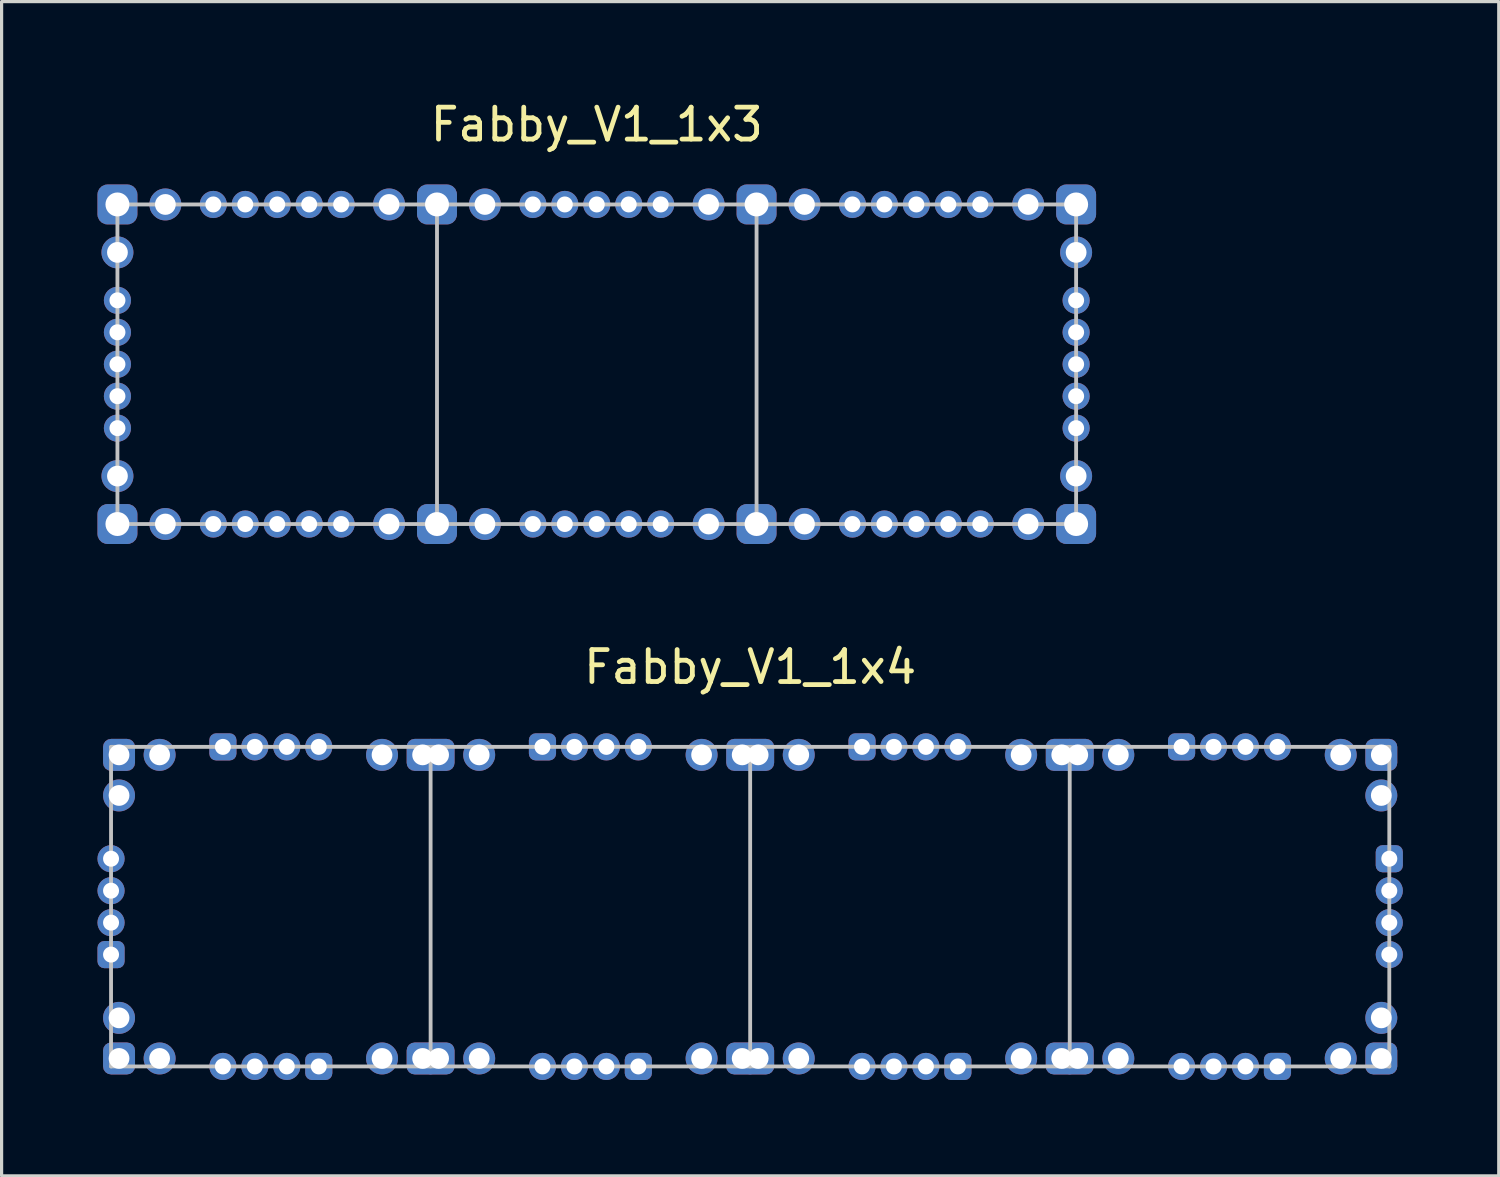
<source format=kicad_pcb>
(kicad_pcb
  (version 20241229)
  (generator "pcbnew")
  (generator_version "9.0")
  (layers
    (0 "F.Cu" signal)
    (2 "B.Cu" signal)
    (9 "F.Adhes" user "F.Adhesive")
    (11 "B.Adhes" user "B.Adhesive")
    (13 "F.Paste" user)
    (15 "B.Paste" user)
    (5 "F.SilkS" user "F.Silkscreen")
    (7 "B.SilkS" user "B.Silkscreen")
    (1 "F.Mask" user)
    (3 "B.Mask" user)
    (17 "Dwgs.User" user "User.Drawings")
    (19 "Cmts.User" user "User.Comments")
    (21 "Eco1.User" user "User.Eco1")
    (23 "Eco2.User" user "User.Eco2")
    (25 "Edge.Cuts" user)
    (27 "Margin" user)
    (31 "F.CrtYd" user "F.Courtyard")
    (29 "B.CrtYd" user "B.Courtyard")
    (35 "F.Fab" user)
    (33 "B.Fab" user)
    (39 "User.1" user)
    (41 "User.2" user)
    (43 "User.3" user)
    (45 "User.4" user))
  (footprint "Fabby_V1_1x4"
    (layer "F.Cu")
    (at 20.425 25.322)
    (property "Reference" "Fabby_V1_1x4" (at 0 -7.5 0) (layer "F.SilkS") (effects (font (size 1 1) (thickness 0.15))))
    (attr through_hole)
    (fp_line (start -20 -5) (end 20 -5) (stroke (width 0.12) (type solid)) (layer "Dwgs.User"))
    (fp_line (start -20 5) (end -20 -5) (stroke (width 0.12) (type solid)) (layer "Dwgs.User"))
    (fp_line (start -20 5) (end 20 5) (stroke (width 0.12) (type solid)) (layer "Dwgs.User"))
    (fp_line (start -10 5) (end -10 -5) (stroke (width 0.12) (type solid)) (layer "Dwgs.User"))
    (fp_line (start 0 -5) (end 0 5) (stroke (width 0.12) (type solid)) (layer "Dwgs.User"))
    (fp_line (start 10 5) (end 10 -5) (stroke (width 0.12) (type solid)) (layer "Dwgs.User"))
    (fp_line (start 20 -5) (end 20 5) (stroke (width 0.12) (type solid)) (layer "Dwgs.User"))
    (pad "1" thru_hole roundrect (at -20 1.5 180) (size 0.85 0.85) (drill 0.5) (layers "*.Cu" "*.Mask") (roundrect_rratio 0.25))
    (pad "1" thru_hole roundrect (at -16.5 -5 90) (size 0.85 0.85) (drill 0.5) (layers "*.Cu" "*.Mask") (roundrect_rratio 0.25))
    (pad "1" thru_hole roundrect (at -13.5 5 270) (size 0.85 0.85) (drill 0.5) (layers "*.Cu" "*.Mask") (roundrect_rratio 0.25))
    (pad "1" thru_hole roundrect (at -6.5 -5 90) (size 0.85 0.85) (drill 0.5) (layers "*.Cu" "*.Mask") (roundrect_rratio 0.25))
    (pad "1" thru_hole roundrect (at -3.5 5 270) (size 0.85 0.85) (drill 0.5) (layers "*.Cu" "*.Mask") (roundrect_rratio 0.25))
    (pad "1" thru_hole roundrect (at 3.5 -5 90) (size 0.85 0.85) (drill 0.5) (layers "*.Cu" "*.Mask") (roundrect_rratio 0.25))
    (pad "1" thru_hole roundrect (at 6.5 5 270) (size 0.85 0.85) (drill 0.5) (layers "*.Cu" "*.Mask") (roundrect_rratio 0.25))
    (pad "1" thru_hole roundrect (at 13.5 -5 90) (size 0.85 0.85) (drill 0.5) (layers "*.Cu" "*.Mask") (roundrect_rratio 0.25))
    (pad "1" thru_hole roundrect (at 16.5 5 270) (size 0.85 0.85) (drill 0.5) (layers "*.Cu" "*.Mask") (roundrect_rratio 0.25))
    (pad "1" thru_hole roundrect (at 20 -1.5) (size 0.85 0.85) (drill 0.5) (layers "*.Cu" "*.Mask") (roundrect_rratio 0.25))
    (pad "2" thru_hole circle (at -20 0.5 180) (size 0.85 0.85) (drill 0.5) (layers "*.Cu" "*.Mask"))
    (pad "2" thru_hole circle (at -15.5 -5 90) (size 0.85 0.85) (drill 0.5) (layers "*.Cu" "*.Mask"))
    (pad "2" thru_hole circle (at -14.5 5 270) (size 0.85 0.85) (drill 0.5) (layers "*.Cu" "*.Mask"))
    (pad "2" thru_hole circle (at -5.5 -5 90) (size 0.85 0.85) (drill 0.5) (layers "*.Cu" "*.Mask"))
    (pad "2" thru_hole circle (at -4.5 5 270) (size 0.85 0.85) (drill 0.5) (layers "*.Cu" "*.Mask"))
    (pad "2" thru_hole circle (at 4.5 -5 90) (size 0.85 0.85) (drill 0.5) (layers "*.Cu" "*.Mask"))
    (pad "2" thru_hole circle (at 5.5 5 270) (size 0.85 0.85) (drill 0.5) (layers "*.Cu" "*.Mask"))
    (pad "2" thru_hole circle (at 14.5 -5 90) (size 0.85 0.85) (drill 0.5) (layers "*.Cu" "*.Mask"))
    (pad "2" thru_hole circle (at 15.5 5 270) (size 0.85 0.85) (drill 0.5) (layers "*.Cu" "*.Mask"))
    (pad "2" thru_hole circle (at 20 -0.5) (size 0.85 0.85) (drill 0.5) (layers "*.Cu" "*.Mask"))
    (pad "3" thru_hole circle (at -20 -0.5 180) (size 0.85 0.85) (drill 0.5) (layers "*.Cu" "*.Mask"))
    (pad "3" thru_hole circle (at -15.5 5 270) (size 0.85 0.85) (drill 0.5) (layers "*.Cu" "*.Mask"))
    (pad "3" thru_hole circle (at -14.5 -5 90) (size 0.85 0.85) (drill 0.5) (layers "*.Cu" "*.Mask"))
    (pad "3" thru_hole circle (at -5.5 5 270) (size 0.85 0.85) (drill 0.5) (layers "*.Cu" "*.Mask"))
    (pad "3" thru_hole circle (at -4.5 -5 90) (size 0.85 0.85) (drill 0.5) (layers "*.Cu" "*.Mask"))
    (pad "3" thru_hole circle (at 4.5 5 270) (size 0.85 0.85) (drill 0.5) (layers "*.Cu" "*.Mask"))
    (pad "3" thru_hole circle (at 5.5 -5 90) (size 0.85 0.85) (drill 0.5) (layers "*.Cu" "*.Mask"))
    (pad "3" thru_hole circle (at 14.5 5 270) (size 0.85 0.85) (drill 0.5) (layers "*.Cu" "*.Mask"))
    (pad "3" thru_hole circle (at 15.5 -5 90) (size 0.85 0.85) (drill 0.5) (layers "*.Cu" "*.Mask"))
    (pad "3" thru_hole circle (at 20 0.5) (size 0.85 0.85) (drill 0.5) (layers "*.Cu" "*.Mask"))
    (pad "4" thru_hole circle (at -20 -1.5 180) (size 0.85 0.85) (drill 0.5) (layers "*.Cu" "*.Mask"))
    (pad "4" thru_hole circle (at -16.5 5 270) (size 0.85 0.85) (drill 0.5) (layers "*.Cu" "*.Mask"))
    (pad "4" thru_hole circle (at -13.5 -5 90) (size 0.85 0.85) (drill 0.5) (layers "*.Cu" "*.Mask"))
    (pad "4" thru_hole circle (at -6.5 5 270) (size 0.85 0.85) (drill 0.5) (layers "*.Cu" "*.Mask"))
    (pad "4" thru_hole circle (at -3.5 -5 90) (size 0.85 0.85) (drill 0.5) (layers "*.Cu" "*.Mask"))
    (pad "4" thru_hole circle (at 3.5 5 270) (size 0.85 0.85) (drill 0.5) (layers "*.Cu" "*.Mask"))
    (pad "4" thru_hole circle (at 6.5 -5 90) (size 0.85 0.85) (drill 0.5) (layers "*.Cu" "*.Mask"))
    (pad "4" thru_hole circle (at 13.5 5 270) (size 0.85 0.85) (drill 0.5) (layers "*.Cu" "*.Mask"))
    (pad "4" thru_hole circle (at 16.5 -5 90) (size 0.85 0.85) (drill 0.5) (layers "*.Cu" "*.Mask"))
    (pad "4" thru_hole circle (at 20 1.5) (size 0.85 0.85) (drill 0.5) (layers "*.Cu" "*.Mask"))
    (pad "GND" thru_hole roundrect (at -19.75 -4.75) (size 1 1) (drill 0.65) (layers "*.Cu" "*.Mask") (roundrect_rratio 0.25))
    (pad "GND" thru_hole roundrect (at -19.75 4.75 90) (size 1 1) (drill 0.65) (layers "*.Cu" "*.Mask") (roundrect_rratio 0.25))
    (pad "GND" thru_hole roundrect (at -10.25 -4.75 270) (size 1 1) (drill 0.65) (layers "*.Cu" "*.Mask") (roundrect_rratio 0.25))
    (pad "GND" thru_hole roundrect (at -10.25 4.75 180) (size 1 1) (drill 0.65) (layers "*.Cu" "*.Mask") (roundrect_rratio 0.25))
    (pad "GND" thru_hole roundrect (at -9.75 -4.75) (size 1 1) (drill 0.65) (layers "*.Cu" "*.Mask") (roundrect_rratio 0.25))
    (pad "GND" thru_hole roundrect (at -9.75 4.75 90) (size 1 1) (drill 0.65) (layers "*.Cu" "*.Mask") (roundrect_rratio 0.25))
    (pad "GND" thru_hole roundrect (at -0.25 -4.75 270) (size 1 1) (drill 0.65) (layers "*.Cu" "*.Mask") (roundrect_rratio 0.25))
    (pad "GND" thru_hole roundrect (at -0.25 4.75 180) (size 1 1) (drill 0.65) (layers "*.Cu" "*.Mask") (roundrect_rratio 0.25))
    (pad "GND" thru_hole roundrect (at 0.25 -4.75) (size 1 1) (drill 0.65) (layers "*.Cu" "*.Mask") (roundrect_rratio 0.25))
    (pad "GND" thru_hole roundrect (at 0.25 4.75 90) (size 1 1) (drill 0.65) (layers "*.Cu" "*.Mask") (roundrect_rratio 0.25))
    (pad "GND" thru_hole roundrect (at 9.75 -4.75 270) (size 1 1) (drill 0.65) (layers "*.Cu" "*.Mask") (roundrect_rratio 0.25))
    (pad "GND" thru_hole roundrect (at 9.75 4.75 180) (size 1 1) (drill 0.65) (layers "*.Cu" "*.Mask") (roundrect_rratio 0.25))
    (pad "GND" thru_hole roundrect (at 10.25 -4.75) (size 1 1) (drill 0.65) (layers "*.Cu" "*.Mask") (roundrect_rratio 0.25))
    (pad "GND" thru_hole roundrect (at 10.25 4.75 90) (size 1 1) (drill 0.65) (layers "*.Cu" "*.Mask") (roundrect_rratio 0.25))
    (pad "GND" thru_hole roundrect (at 19.75 -4.75 270) (size 1 1) (drill 0.65) (layers "*.Cu" "*.Mask") (roundrect_rratio 0.25))
    (pad "GND" thru_hole roundrect (at 19.75 4.75 180) (size 1 1) (drill 0.65) (layers "*.Cu" "*.Mask") (roundrect_rratio 0.25))
    (pad "VCC" thru_hole circle (at -19.75 -3.48) (size 1 1) (drill 0.65) (layers "*.Cu" "*.Mask"))
    (pad "VCC" thru_hole circle (at -19.75 3.48 90) (size 1 1) (drill 0.65) (layers "*.Cu" "*.Mask"))
    (pad "VCC" thru_hole circle (at -18.48 -4.75) (size 1 1) (drill 0.65) (layers "*.Cu" "*.Mask"))
    (pad "VCC" thru_hole circle (at -18.48 4.75 90) (size 1 1) (drill 0.65) (layers "*.Cu" "*.Mask"))
    (pad "VCC" thru_hole circle (at -11.52 -4.75 270) (size 1 1) (drill 0.65) (layers "*.Cu" "*.Mask"))
    (pad "VCC" thru_hole circle (at -11.52 4.75 180) (size 1 1) (drill 0.65) (layers "*.Cu" "*.Mask"))
    (pad "VCC" thru_hole circle (at -8.48 -4.75) (size 1 1) (drill 0.65) (layers "*.Cu" "*.Mask"))
    (pad "VCC" thru_hole circle (at -8.48 4.75 90) (size 1 1) (drill 0.65) (layers "*.Cu" "*.Mask"))
    (pad "VCC" thru_hole circle (at -1.52 -4.75 270) (size 1 1) (drill 0.65) (layers "*.Cu" "*.Mask"))
    (pad "VCC" thru_hole circle (at -1.52 4.75 180) (size 1 1) (drill 0.65) (layers "*.Cu" "*.Mask"))
    (pad "VCC" thru_hole circle (at 1.52 -4.75) (size 1 1) (drill 0.65) (layers "*.Cu" "*.Mask"))
    (pad "VCC" thru_hole circle (at 1.52 4.75 90) (size 1 1) (drill 0.65) (layers "*.Cu" "*.Mask"))
    (pad "VCC" thru_hole circle (at 8.48 -4.75 270) (size 1 1) (drill 0.65) (layers "*.Cu" "*.Mask"))
    (pad "VCC" thru_hole circle (at 8.48 4.75 180) (size 1 1) (drill 0.65) (layers "*.Cu" "*.Mask"))
    (pad "VCC" thru_hole circle (at 11.52 -4.75) (size 1 1) (drill 0.65) (layers "*.Cu" "*.Mask"))
    (pad "VCC" thru_hole circle (at 11.52 4.75 90) (size 1 1) (drill 0.65) (layers "*.Cu" "*.Mask"))
    (pad "VCC" thru_hole circle (at 18.48 -4.75 270) (size 1 1) (drill 0.65) (layers "*.Cu" "*.Mask"))
    (pad "VCC" thru_hole circle (at 18.48 4.75 180) (size 1 1) (drill 0.65) (layers "*.Cu" "*.Mask"))
    (pad "VCC" thru_hole circle (at 19.75 -3.48 270) (size 1 1) (drill 0.65) (layers "*.Cu" "*.Mask"))
    (pad "VCC" thru_hole circle (at 19.75 3.48 180) (size 1 1) (drill 0.65) (layers "*.Cu" "*.Mask")))
  (footprint "Fabby_V1_1x3"
    (layer "F.Cu")
    (at 15.625 8.348)
    (property "Reference" "Fabby_V1_1x3" (at 0 -7.5 0) (layer "F.SilkS") (effects (font (size 1 1) (thickness 0.15))))
    (attr through_hole)
    (fp_line (start -15 -5) (end 15 -5) (stroke (width 0.12) (type solid)) (layer "Dwgs.User"))
    (fp_line (start -15 5) (end -15 -5) (stroke (width 0.12) (type solid)) (layer "Dwgs.User"))
    (fp_line (start -15 5) (end 15 5) (stroke (width 0.12) (type solid)) (layer "Dwgs.User"))
    (fp_line (start -5 5) (end -5 -5) (stroke (width 0.12) (type solid)) (layer "Dwgs.User"))
    (fp_line (start 5 -5) (end 5 5) (stroke (width 0.12) (type solid)) (layer "Dwgs.User"))
    (fp_line (start 15 -5) (end 15 5) (stroke (width 0.12) (type solid)) (layer "Dwgs.User"))
    (pad "1" thru_hole roundrect (at -15 -5) (size 1.25 1.25) (drill 0.75) (layers "*.Cu" "*.Mask") (roundrect_rratio 0.25))
    (pad "2" thru_hole circle (at -13.5 -5) (size 1 1) (drill 0.65) (layers "*.Cu" "*.Mask"))
    (pad "3" thru_hole circle (at -6.5 -5 270) (size 1 1) (drill 0.65) (layers "*.Cu" "*.Mask"))
    (pad "4" thru_hole roundrect (at -5 -5) (size 1.25 1.25) (drill 0.75) (layers "*.Cu" "*.Mask") (roundrect_rratio 0.25))
    (pad "5" thru_hole circle (at -3.5 -5) (size 1 1) (drill 0.65) (layers "*.Cu" "*.Mask"))
    (pad "6" thru_hole circle (at 3.5 -5 270) (size 1 1) (drill 0.65) (layers "*.Cu" "*.Mask"))
    (pad "7" thru_hole roundrect (at 5 -5) (size 1.25 1.25) (drill 0.75) (layers "*.Cu" "*.Mask") (roundrect_rratio 0.25))
    (pad "8" thru_hole circle (at 6.5 -5) (size 1 1) (drill 0.65) (layers "*.Cu" "*.Mask"))
    (pad "9" thru_hole circle (at 13.5 -5 270) (size 1 1) (drill 0.65) (layers "*.Cu" "*.Mask"))
    (pad "10" thru_hole roundrect (at 15 -5 270) (size 1.25 1.25) (drill 0.75) (layers "*.Cu" "*.Mask") (roundrect_rratio 0.25))
    (pad "11" thru_hole circle (at 15 -3.5 270) (size 1 1) (drill 0.65) (layers "*.Cu" "*.Mask"))
    (pad "12" thru_hole circle (at 15 3.5 180) (size 1 1) (drill 0.65) (layers "*.Cu" "*.Mask"))
    (pad "13" thru_hole roundrect (at 15 5 180) (size 1.25 1.25) (drill 0.75) (layers "*.Cu" "*.Mask") (roundrect_rratio 0.25))
    (pad "14" thru_hole circle (at 13.5 5 180) (size 1 1) (drill 0.65) (layers "*.Cu" "*.Mask"))
    (pad "15" thru_hole circle (at 6.5 5) (size 1 1) (drill 0.65) (layers "*.Cu" "*.Mask"))
    (pad "16" thru_hole roundrect (at 5 5) (size 1.25 1.25) (drill 0.75) (layers "*.Cu" "*.Mask") (roundrect_rratio 0.25))
    (pad "17" thru_hole circle (at 3.5 5 270) (size 1 1) (drill 0.65) (layers "*.Cu" "*.Mask"))
    (pad "18" thru_hole circle (at -3.5 5) (size 1 1) (drill 0.65) (layers "*.Cu" "*.Mask"))
    (pad "19" thru_hole roundrect (at -5 5) (size 1.25 1.25) (drill 0.75) (layers "*.Cu" "*.Mask") (roundrect_rratio 0.25))
    (pad "20" thru_hole circle (at -6.5 5 270) (size 1 1) (drill 0.65) (layers "*.Cu" "*.Mask"))
    (pad "21" thru_hole circle (at -13.5 5 90) (size 1 1) (drill 0.65) (layers "*.Cu" "*.Mask"))
    (pad "22" thru_hole roundrect (at -15 5 90) (size 1.25 1.25) (drill 0.75) (layers "*.Cu" "*.Mask") (roundrect_rratio 0.25))
    (pad "23" thru_hole circle (at -15 3.5 90) (size 1 1) (drill 0.65) (layers "*.Cu" "*.Mask"))
    (pad "24" thru_hole circle (at -15 -3.5) (size 1 1) (drill 0.65) (layers "*.Cu" "*.Mask"))
    (pad "25" thru_hole circle (at -12 -5 90) (size 0.85 0.85) (drill 0.5) (layers "*.Cu" "*.Mask"))
    (pad "25" thru_hole circle (at -12 5 90) (size 0.85 0.85) (drill 0.5) (layers "*.Cu" "*.Mask"))
    (pad "26" thru_hole circle (at -11 -5 90) (size 0.85 0.85) (drill 0.5) (layers "*.Cu" "*.Mask"))
    (pad "26" thru_hole circle (at -11 5 90) (size 0.85 0.85) (drill 0.5) (layers "*.Cu" "*.Mask"))
    (pad "27" thru_hole circle (at -10 -5 90) (size 0.85 0.85) (drill 0.5) (layers "*.Cu" "*.Mask"))
    (pad "27" thru_hole circle (at -10 5 90) (size 0.85 0.85) (drill 0.5) (layers "*.Cu" "*.Mask"))
    (pad "28" thru_hole circle (at -9 -5 90) (size 0.85 0.85) (drill 0.5) (layers "*.Cu" "*.Mask"))
    (pad "28" thru_hole circle (at -9 5 90) (size 0.85 0.85) (drill 0.5) (layers "*.Cu" "*.Mask"))
    (pad "29" thru_hole circle (at -8 -5 90) (size 0.85 0.85) (drill 0.5) (layers "*.Cu" "*.Mask"))
    (pad "29" thru_hole circle (at -8 5 90) (size 0.85 0.85) (drill 0.5) (layers "*.Cu" "*.Mask"))
    (pad "30" thru_hole circle (at -2 -5 90) (size 0.85 0.85) (drill 0.5) (layers "*.Cu" "*.Mask"))
    (pad "30" thru_hole circle (at -2 5 90) (size 0.85 0.85) (drill 0.5) (layers "*.Cu" "*.Mask"))
    (pad "31" thru_hole circle (at -1 -5 90) (size 0.85 0.85) (drill 0.5) (layers "*.Cu" "*.Mask"))
    (pad "31" thru_hole circle (at -1 5 90) (size 0.85 0.85) (drill 0.5) (layers "*.Cu" "*.Mask"))
    (pad "32" thru_hole circle (at 0 -5 90) (size 0.85 0.85) (drill 0.5) (layers "*.Cu" "*.Mask"))
    (pad "32" thru_hole circle (at 0 5 90) (size 0.85 0.85) (drill 0.5) (layers "*.Cu" "*.Mask"))
    (pad "33" thru_hole circle (at 1 -5 90) (size 0.85 0.85) (drill 0.5) (layers "*.Cu" "*.Mask"))
    (pad "33" thru_hole circle (at 1 5 90) (size 0.85 0.85) (drill 0.5) (layers "*.Cu" "*.Mask"))
    (pad "34" thru_hole circle (at 2 -5 90) (size 0.85 0.85) (drill 0.5) (layers "*.Cu" "*.Mask"))
    (pad "34" thru_hole circle (at 2 5 90) (size 0.85 0.85) (drill 0.5) (layers "*.Cu" "*.Mask"))
    (pad "35" thru_hole circle (at 8 -5 90) (size 0.85 0.85) (drill 0.5) (layers "*.Cu" "*.Mask"))
    (pad "35" thru_hole circle (at 8 5 90) (size 0.85 0.85) (drill 0.5) (layers "*.Cu" "*.Mask"))
    (pad "36" thru_hole circle (at 9 -5 90) (size 0.85 0.85) (drill 0.5) (layers "*.Cu" "*.Mask"))
    (pad "36" thru_hole circle (at 9 5 90) (size 0.85 0.85) (drill 0.5) (layers "*.Cu" "*.Mask"))
    (pad "37" thru_hole circle (at 10 -5 90) (size 0.85 0.85) (drill 0.5) (layers "*.Cu" "*.Mask"))
    (pad "37" thru_hole circle (at 10 5 90) (size 0.85 0.85) (drill 0.5) (layers "*.Cu" "*.Mask"))
    (pad "38" thru_hole circle (at 11 -5 90) (size 0.85 0.85) (drill 0.5) (layers "*.Cu" "*.Mask"))
    (pad "38" thru_hole circle (at 11 5 90) (size 0.85 0.85) (drill 0.5) (layers "*.Cu" "*.Mask"))
    (pad "39" thru_hole circle (at 12 -5 90) (size 0.85 0.85) (drill 0.5) (layers "*.Cu" "*.Mask"))
    (pad "39" thru_hole circle (at 12 5 90) (size 0.85 0.85) (drill 0.5) (layers "*.Cu" "*.Mask"))
    (pad "40" thru_hole circle (at -15 -2 90) (size 0.85 0.85) (drill 0.5) (layers "*.Cu" "*.Mask"))
    (pad "41" thru_hole circle (at -15 -1 90) (size 0.85 0.85) (drill 0.5) (layers "*.Cu" "*.Mask"))
    (pad "42" thru_hole circle (at -15 0 90) (size 0.85 0.85) (drill 0.5) (layers "*.Cu" "*.Mask"))
    (pad "43" thru_hole circle (at -15 1 90) (size 0.85 0.85) (drill 0.5) (layers "*.Cu" "*.Mask"))
    (pad "44" thru_hole circle (at -15 2 90) (size 0.85 0.85) (drill 0.5) (layers "*.Cu" "*.Mask"))
    (pad "45" thru_hole circle (at 15 -2 90) (size 0.85 0.85) (drill 0.5) (layers "*.Cu" "*.Mask"))
    (pad "46" thru_hole circle (at 15 -1 90) (size 0.85 0.85) (drill 0.5) (layers "*.Cu" "*.Mask"))
    (pad "47" thru_hole circle (at 15 0 90) (size 0.85 0.85) (drill 0.5) (layers "*.Cu" "*.Mask"))
    (pad "48" thru_hole circle (at 15 1 90) (size 0.85 0.85) (drill 0.5) (layers "*.Cu" "*.Mask"))
    (pad "49" thru_hole circle (at 15 2 90) (size 0.85 0.85) (drill 0.5) (layers "*.Cu" "*.Mask")))
  (gr_rect
    (start -3 -3)
    (end 43.85 33.746)
    (stroke (width 0.1) (type default))
    (fill no)
    (layer "Edge.Cuts")))
</source>
